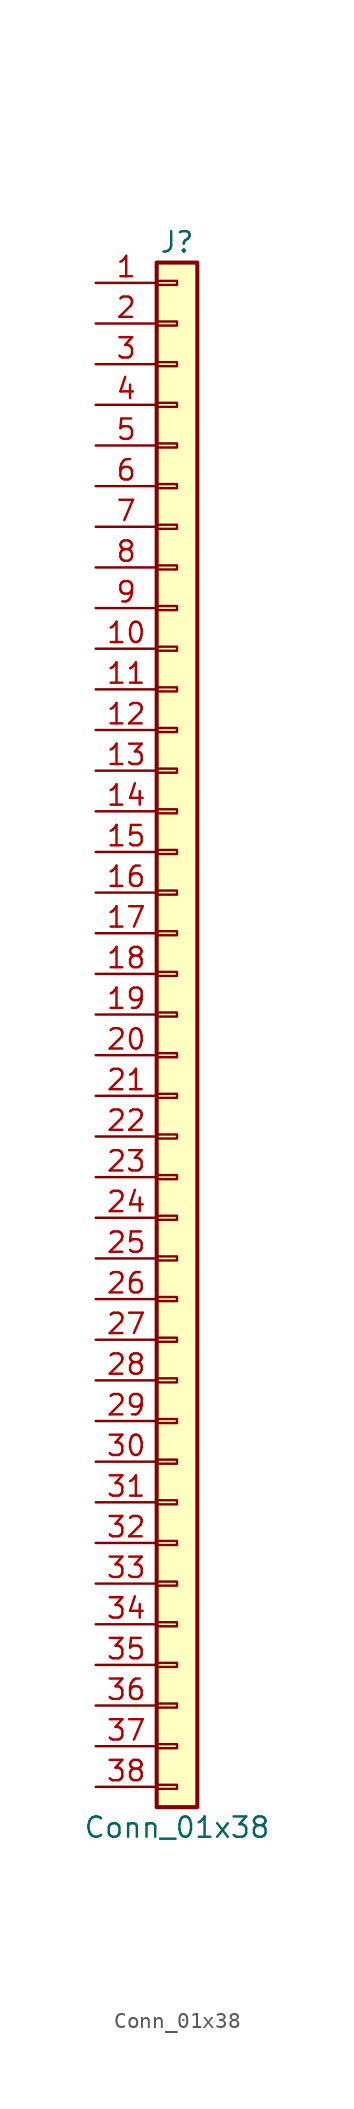
<source format=kicad_sym>
(kicad_symbol_lib
  (version 20201005)
  (generator kicad_symbol_editor)
  (symbol "Connector_Generic:Conn_01x38"
    (pin_names
      (offset 1.016) hide)
    (property "Reference" "J"
      (at 0 48.26 0)
      (effects (font (size 1.27 1.27))))
    (property "Value" "Conn_01x38"
      (at 0 -50.8 0)
      (effects (font (size 1.27 1.27))))
    (symbol "Conn_01x38_1_1"
      (rectangle (start -1.27 -27.813) (end 0 -28.067) (stroke (width 0.152)) (fill (type none)))
      (rectangle (start -1.27 -30.353) (end 0 -30.607) (stroke (width 0.152)) (fill (type none)))
      (rectangle (start -1.27 -32.893) (end 0 -33.147) (stroke (width 0.152)) (fill (type none)))
      (rectangle (start -1.27 -35.433) (end 0 -35.687) (stroke (width 0.152)) (fill (type none)))
      (rectangle (start -1.27 -37.973) (end 0 -38.227) (stroke (width 0.152)) (fill (type none)))
      (rectangle (start -1.27 -40.513) (end 0 -40.767) (stroke (width 0.152)) (fill (type none)))
      (rectangle (start -1.27 -43.053) (end 0 -43.307) (stroke (width 0.152)) (fill (type none)))
      (rectangle (start -1.27 -45.593) (end 0 -45.847) (stroke (width 0.152)) (fill (type none)))
      (rectangle (start -1.27 -48.133) (end 0 -48.387) (stroke (width 0.152)) (fill (type none)))
      (rectangle (start -1.27 -4.953) (end 0 -5.207) (stroke (width 0.152)) (fill (type none)))
      (rectangle (start -1.27 -7.493) (end 0 -7.747) (stroke (width 0.152)) (fill (type none)))
      (rectangle (start -1.27 -10.033) (end 0 -10.287) (stroke (width 0.152)) (fill (type none)))
      (rectangle (start -1.27 -12.573) (end 0 -12.827) (stroke (width 0.152)) (fill (type none)))
      (rectangle (start -1.27 -15.113) (end 0 -15.367) (stroke (width 0.152)) (fill (type none)))
      (rectangle (start -1.27 -17.653) (end 0 -17.907) (stroke (width 0.152)) (fill (type none)))
      (rectangle (start -1.27 -20.193) (end 0 -20.447) (stroke (width 0.152)) (fill (type none)))
      (rectangle (start -1.27 -22.733) (end 0 -22.987) (stroke (width 0.152)) (fill (type none)))
      (rectangle (start -1.27 -2.413) (end 0 -2.667) (stroke (width 0.152)) (fill (type none)))
      (rectangle (start -1.27 -25.273) (end 0 -25.527) (stroke (width 0.152)) (fill (type none)))
      (rectangle (start -1.27 25.527) (end 0 25.273) (stroke (width 0.152)) (fill (type none)))
      (rectangle (start -1.27 2.667) (end 0 2.413) (stroke (width 0.152)) (fill (type none)))
      (rectangle (start -1.27 28.067) (end 0 27.813) (stroke (width 0.152)) (fill (type none)))
      (rectangle (start -1.27 30.607) (end 0 30.353) (stroke (width 0.152)) (fill (type none)))
      (rectangle (start -1.27 33.147) (end 0 32.893) (stroke (width 0.152)) (fill (type none)))
      (rectangle (start -1.27 35.687) (end 0 35.433) (stroke (width 0.152)) (fill (type none)))
      (rectangle (start -1.27 38.227) (end 0 37.973) (stroke (width 0.152)) (fill (type none)))
      (rectangle (start -1.27 40.767) (end 0 40.513) (stroke (width 0.152)) (fill (type none)))
      (rectangle (start -1.27 43.307) (end 0 43.053) (stroke (width 0.152)) (fill (type none)))
      (rectangle (start -1.27 45.847) (end 0 45.593) (stroke (width 0.152)) (fill (type none)))
      (rectangle (start -1.27 46.99) (end 1.27 -49.53) (stroke (width 0.254)) (fill (type background)))
      (rectangle (start -1.27 5.207) (end 0 4.953) (stroke (width 0.152)) (fill (type none)))
      (rectangle (start -1.27 7.747) (end 0 7.493) (stroke (width 0.152)) (fill (type none)))
      (rectangle (start -1.27 10.287) (end 0 10.033) (stroke (width 0.152)) (fill (type none)))
      (rectangle (start -1.27 0.127) (end 0 -0.127) (stroke (width 0.152)) (fill (type none)))
      (rectangle (start -1.27 12.827) (end 0 12.573) (stroke (width 0.152)) (fill (type none)))
      (rectangle (start -1.27 15.367) (end 0 15.113) (stroke (width 0.152)) (fill (type none)))
      (rectangle (start -1.27 17.907) (end 0 17.653) (stroke (width 0.152)) (fill (type none)))
      (rectangle (start -1.27 20.447) (end 0 20.193) (stroke (width 0.152)) (fill (type none)))
      (rectangle (start -1.27 22.987) (end 0 22.733) (stroke (width 0.152)) (fill (type none)))
      (pin passive line (at -5.08 45.72 0) (length 3.81) (name "Pin_1" (effects (font (size 1.27 1.27)))) (number "1" (effects (font (size 1.27 1.27)))))
      (pin passive line (at -5.08 22.86 0) (length 3.81) (name "Pin_10" (effects (font (size 1.27 1.27)))) (number "10" (effects (font (size 1.27 1.27)))))
      (pin passive line (at -5.08 20.32 0) (length 3.81) (name "Pin_11" (effects (font (size 1.27 1.27)))) (number "11" (effects (font (size 1.27 1.27)))))
      (pin passive line (at -5.08 17.78 0) (length 3.81) (name "Pin_12" (effects (font (size 1.27 1.27)))) (number "12" (effects (font (size 1.27 1.27)))))
      (pin passive line (at -5.08 15.24 0) (length 3.81) (name "Pin_13" (effects (font (size 1.27 1.27)))) (number "13" (effects (font (size 1.27 1.27)))))
      (pin passive line (at -5.08 12.7 0) (length 3.81) (name "Pin_14" (effects (font (size 1.27 1.27)))) (number "14" (effects (font (size 1.27 1.27)))))
      (pin passive line (at -5.08 10.16 0) (length 3.81) (name "Pin_15" (effects (font (size 1.27 1.27)))) (number "15" (effects (font (size 1.27 1.27)))))
      (pin passive line (at -5.08 7.62 0) (length 3.81) (name "Pin_16" (effects (font (size 1.27 1.27)))) (number "16" (effects (font (size 1.27 1.27)))))
      (pin passive line (at -5.08 5.08 0) (length 3.81) (name "Pin_17" (effects (font (size 1.27 1.27)))) (number "17" (effects (font (size 1.27 1.27)))))
      (pin passive line (at -5.08 2.54 0) (length 3.81) (name "Pin_18" (effects (font (size 1.27 1.27)))) (number "18" (effects (font (size 1.27 1.27)))))
      (pin passive line (at -5.08 0 0) (length 3.81) (name "Pin_19" (effects (font (size 1.27 1.27)))) (number "19" (effects (font (size 1.27 1.27)))))
      (pin passive line (at -5.08 43.18 0) (length 3.81) (name "Pin_2" (effects (font (size 1.27 1.27)))) (number "2" (effects (font (size 1.27 1.27)))))
      (pin passive line (at -5.08 -2.54 0) (length 3.81) (name "Pin_20" (effects (font (size 1.27 1.27)))) (number "20" (effects (font (size 1.27 1.27)))))
      (pin passive line (at -5.08 -5.08 0) (length 3.81) (name "Pin_21" (effects (font (size 1.27 1.27)))) (number "21" (effects (font (size 1.27 1.27)))))
      (pin passive line (at -5.08 -7.62 0) (length 3.81) (name "Pin_22" (effects (font (size 1.27 1.27)))) (number "22" (effects (font (size 1.27 1.27)))))
      (pin passive line (at -5.08 -10.16 0) (length 3.81) (name "Pin_23" (effects (font (size 1.27 1.27)))) (number "23" (effects (font (size 1.27 1.27)))))
      (pin passive line (at -5.08 -12.7 0) (length 3.81) (name "Pin_24" (effects (font (size 1.27 1.27)))) (number "24" (effects (font (size 1.27 1.27)))))
      (pin passive line (at -5.08 -15.24 0) (length 3.81) (name "Pin_25" (effects (font (size 1.27 1.27)))) (number "25" (effects (font (size 1.27 1.27)))))
      (pin passive line (at -5.08 -17.78 0) (length 3.81) (name "Pin_26" (effects (font (size 1.27 1.27)))) (number "26" (effects (font (size 1.27 1.27)))))
      (pin passive line (at -5.08 -20.32 0) (length 3.81) (name "Pin_27" (effects (font (size 1.27 1.27)))) (number "27" (effects (font (size 1.27 1.27)))))
      (pin passive line (at -5.08 -22.86 0) (length 3.81) (name "Pin_28" (effects (font (size 1.27 1.27)))) (number "28" (effects (font (size 1.27 1.27)))))
      (pin passive line (at -5.08 -25.4 0) (length 3.81) (name "Pin_29" (effects (font (size 1.27 1.27)))) (number "29" (effects (font (size 1.27 1.27)))))
      (pin passive line (at -5.08 40.64 0) (length 3.81) (name "Pin_3" (effects (font (size 1.27 1.27)))) (number "3" (effects (font (size 1.27 1.27)))))
      (pin passive line (at -5.08 -27.94 0) (length 3.81) (name "Pin_30" (effects (font (size 1.27 1.27)))) (number "30" (effects (font (size 1.27 1.27)))))
      (pin passive line (at -5.08 -30.48 0) (length 3.81) (name "Pin_31" (effects (font (size 1.27 1.27)))) (number "31" (effects (font (size 1.27 1.27)))))
      (pin passive line (at -5.08 -33.02 0) (length 3.81) (name "Pin_32" (effects (font (size 1.27 1.27)))) (number "32" (effects (font (size 1.27 1.27)))))
      (pin passive line (at -5.08 -35.56 0) (length 3.81) (name "Pin_33" (effects (font (size 1.27 1.27)))) (number "33" (effects (font (size 1.27 1.27)))))
      (pin passive line (at -5.08 -38.1 0) (length 3.81) (name "Pin_34" (effects (font (size 1.27 1.27)))) (number "34" (effects (font (size 1.27 1.27)))))
      (pin passive line (at -5.08 -40.64 0) (length 3.81) (name "Pin_35" (effects (font (size 1.27 1.27)))) (number "35" (effects (font (size 1.27 1.27)))))
      (pin passive line (at -5.08 -43.18 0) (length 3.81) (name "Pin_36" (effects (font (size 1.27 1.27)))) (number "36" (effects (font (size 1.27 1.27)))))
      (pin passive line (at -5.08 -45.72 0) (length 3.81) (name "Pin_37" (effects (font (size 1.27 1.27)))) (number "37" (effects (font (size 1.27 1.27)))))
      (pin passive line (at -5.08 -48.26 0) (length 3.81) (name "Pin_38" (effects (font (size 1.27 1.27)))) (number "38" (effects (font (size 1.27 1.27)))))
      (pin passive line (at -5.08 38.1 0) (length 3.81) (name "Pin_4" (effects (font (size 1.27 1.27)))) (number "4" (effects (font (size 1.27 1.27)))))
      (pin passive line (at -5.08 35.56 0) (length 3.81) (name "Pin_5" (effects (font (size 1.27 1.27)))) (number "5" (effects (font (size 1.27 1.27)))))
      (pin passive line (at -5.08 33.02 0) (length 3.81) (name "Pin_6" (effects (font (size 1.27 1.27)))) (number "6" (effects (font (size 1.27 1.27)))))
      (pin passive line (at -5.08 30.48 0) (length 3.81) (name "Pin_7" (effects (font (size 1.27 1.27)))) (number "7" (effects (font (size 1.27 1.27)))))
      (pin passive line (at -5.08 27.94 0) (length 3.81) (name "Pin_8" (effects (font (size 1.27 1.27)))) (number "8" (effects (font (size 1.27 1.27)))))
      (pin passive line (at -5.08 25.4 0) (length 3.81) (name "Pin_9" (effects (font (size 1.27 1.27)))) (number "9" (effects (font (size 1.27 1.27))))))))
</source>
